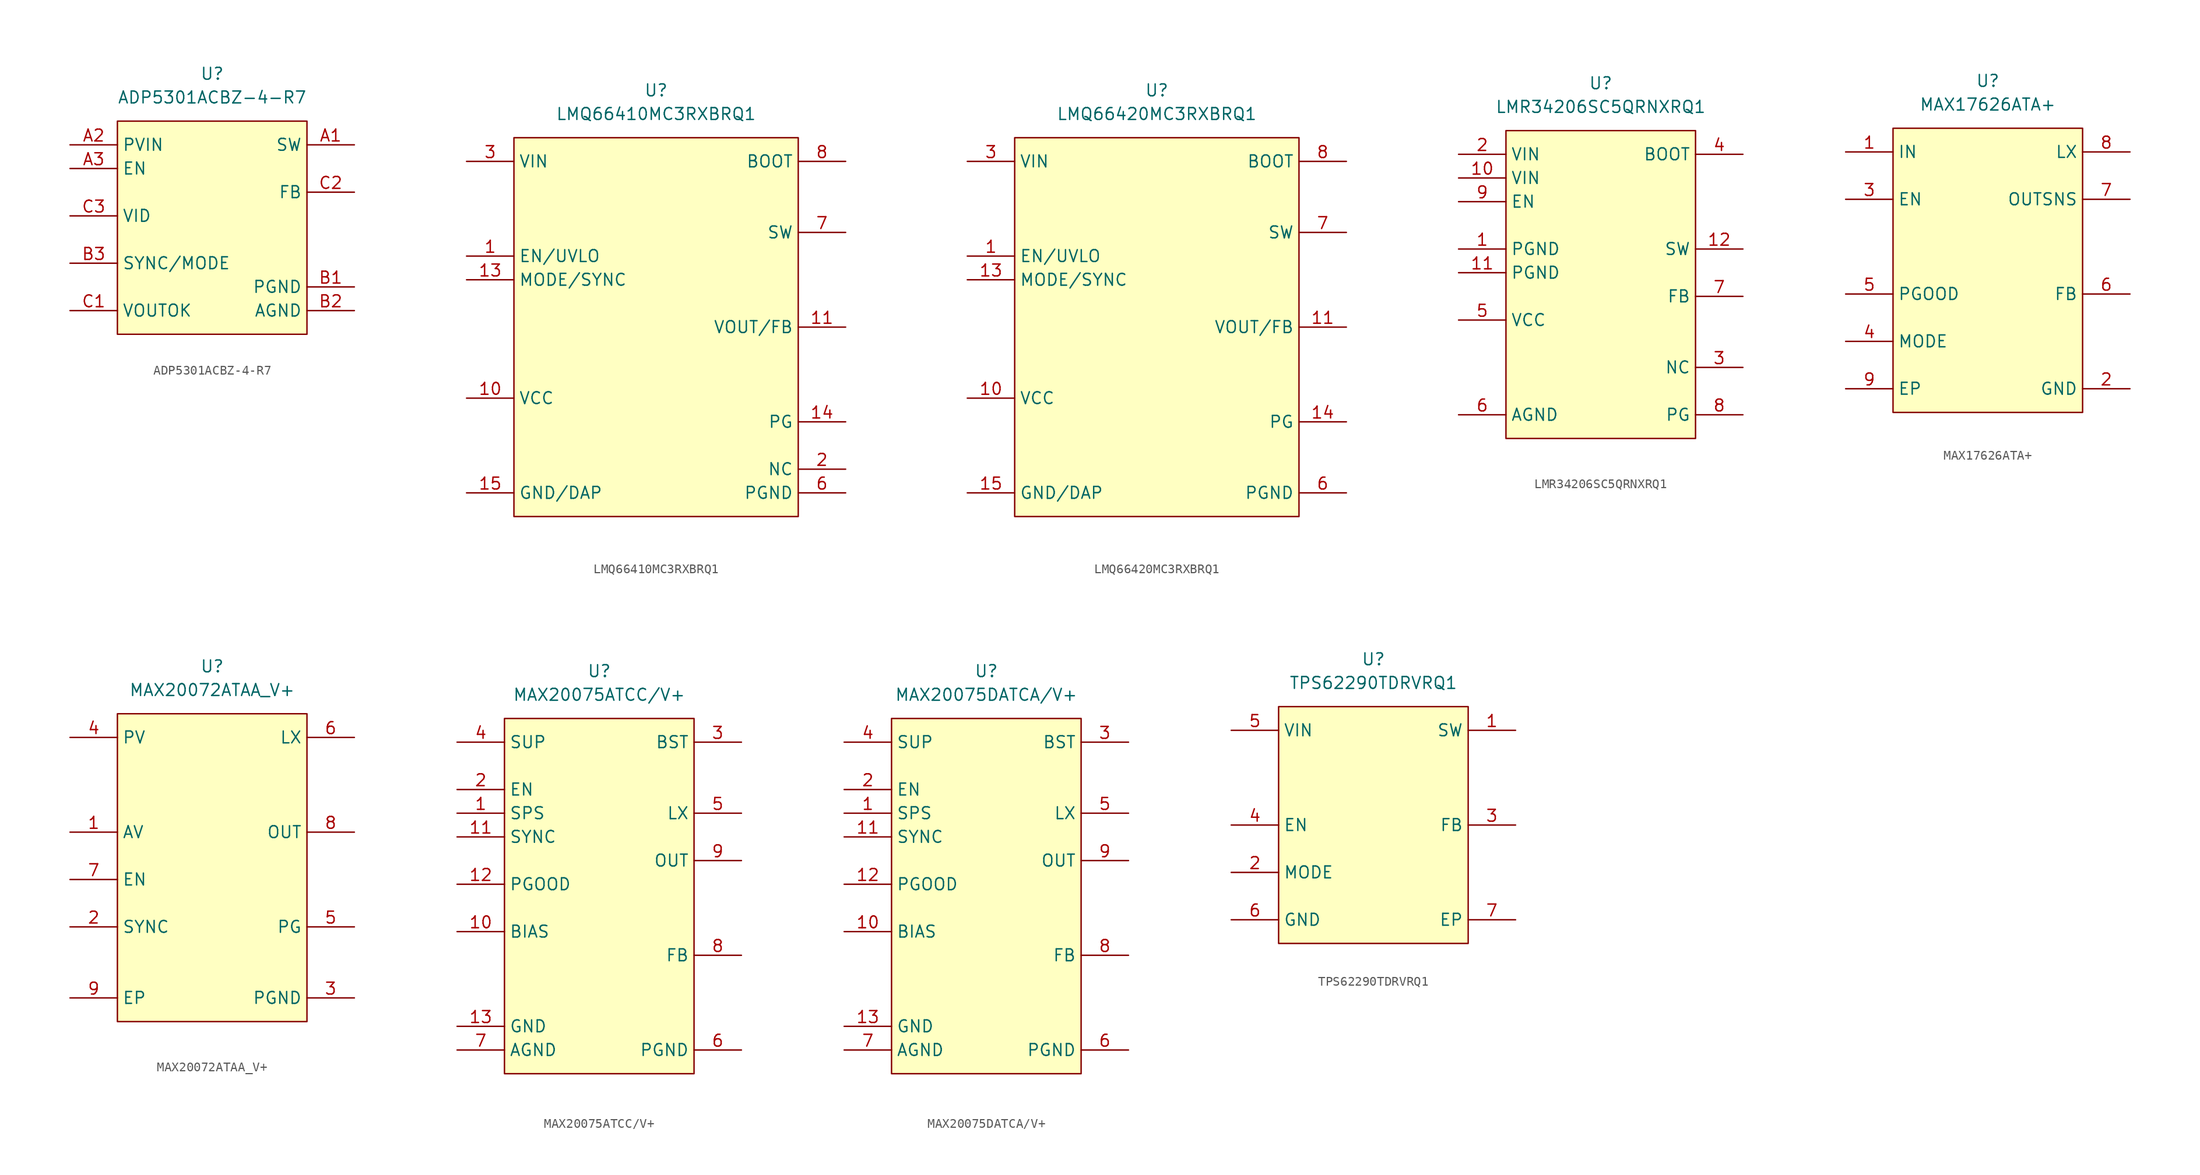
<source format=kicad_sym>
(kicad_symbol_lib
  (version 20241209)
  (generator "kicad_symbol_editor")
  (generator_version "9.0")
  (symbol "ADP5301ACBZ-4-R7"
    (property "Reference" "U"
      (at 0 5.08 0)
      (effects (font (size 1.27 1.27))))
    (property "Value" "ADP5301ACBZ-4-R7"
      (at 0 2.54 0)
      (effects (font (size 1.27 1.27))))
    (symbol "ADP5301ACBZ-4-R7_1_1"
      (rectangle (start -10.16 0) (end 10.16 -22.86) (stroke (width 0) (type default)) (fill (type background)))
      (pin passive line (at -15.24 -2.54 0) (length 5.08) (name "PVIN" (effects (font (size 1.27 1.27)))) (number "A2" (effects (font (size 1.27 1.27)))))
      (pin passive line (at -15.24 -5.08 0) (length 5.08) (name "EN" (effects (font (size 1.27 1.27)))) (number "A3" (effects (font (size 1.27 1.27)))))
      (pin passive line (at -15.24 -10.16 0) (length 5.08) (name "VID" (effects (font (size 1.27 1.27)))) (number "C3" (effects (font (size 1.27 1.27)))))
      (pin passive line (at -15.24 -15.24 0) (length 5.08) (name "SYNC/MODE" (effects (font (size 1.27 1.27)))) (number "B3" (effects (font (size 1.27 1.27)))))
      (pin passive line (at -15.24 -20.32 0) (length 5.08) (name "VOUTOK" (effects (font (size 1.27 1.27)))) (number "C1" (effects (font (size 1.27 1.27)))))
      (pin passive line (at 15.24 -2.54 180) (length 5.08) (name "SW" (effects (font (size 1.27 1.27)))) (number "A1" (effects (font (size 1.27 1.27)))))
      (pin passive line (at 15.24 -7.62 180) (length 5.08) (name "FB" (effects (font (size 1.27 1.27)))) (number "C2" (effects (font (size 1.27 1.27)))))
      (pin passive line (at 15.24 -17.78 180) (length 5.08) (name "PGND" (effects (font (size 1.27 1.27)))) (number "B1" (effects (font (size 1.27 1.27)))))
      (pin passive line (at 15.24 -20.32 180) (length 5.08) (name "AGND" (effects (font (size 1.27 1.27)))) (number "B2" (effects (font (size 1.27 1.27)))))))
  (symbol "LMQ66410MC3RXBRQ1"
    (property "Reference" "U"
      (at 0 5.08 0)
      (effects (font (size 1.27 1.27))))
    (property "Value" "LMQ66410MC3RXBRQ1"
      (at 0 2.54 0)
      (effects (font (size 1.27 1.27))))
    (symbol "LMQ66410MC3RXBRQ1_1_1"
      (rectangle (start -15.24 0) (end 15.24 -40.64) (stroke (width 0) (type solid)) (fill (type background)))
      (pin power_in line (at -20.32 -2.54 0) (length 5.08) (name "VIN" (effects (font (size 1.27 1.27)))) (number "3" (effects (font (size 1.27 1.27)))))
      (pin input line (at -20.32 -12.7 0) (length 5.08) (name "EN/UVLO" (effects (font (size 1.27 1.27)))) (number "1" (effects (font (size 1.27 1.27)))))
      (pin input line (at -20.32 -12.7 0) (length 5.08) (hide yes) (name "EN/UVLO" (effects (font (size 1.27 1.27)))) (number "16" (effects (font (size 1.27 1.27)))))
      (pin input line (at -20.32 -15.24 0) (length 5.08) (name "MODE/SYNC" (effects (font (size 1.27 1.27)))) (number "13" (effects (font (size 1.27 1.27)))))
      (pin passive line (at -20.32 -27.94 0) (length 5.08) (name "VCC" (effects (font (size 1.27 1.27)))) (number "10" (effects (font (size 1.27 1.27)))))
      (pin passive line (at -20.32 -38.1 0) (length 5.08) (name "GND/DAP" (effects (font (size 1.27 1.27)))) (number "15" (effects (font (size 1.27 1.27)))))
      (pin input line (at 20.32 -2.54 180) (length 5.08) (hide yes) (name "BOOT" (effects (font (size 1.27 1.27)))) (number "18" (effects (font (size 1.27 1.27)))))
      (pin input line (at 20.32 -2.54 180) (length 5.08) (name "BOOT" (effects (font (size 1.27 1.27)))) (number "8" (effects (font (size 1.27 1.27)))))
      (pin power_out line (at 20.32 -10.16 180) (length 5.08) (name "SW" (effects (font (size 1.27 1.27)))) (number "7" (effects (font (size 1.27 1.27)))))
      (pin input line (at 20.32 -20.32 180) (length 5.08) (name "VOUT/FB" (effects (font (size 1.27 1.27)))) (number "11" (effects (font (size 1.27 1.27)))))
      (pin output line (at 20.32 -30.48 180) (length 5.08) (name "PG" (effects (font (size 1.27 1.27)))) (number "14" (effects (font (size 1.27 1.27)))))
      (pin passive line (at 20.32 -35.56 180) (length 5.08) (hide yes) (name "NC" (effects (font (size 1.27 1.27)))) (number "12" (effects (font (size 1.27 1.27)))))
      (pin passive line (at 20.32 -35.56 180) (length 5.08) (hide yes) (name "NC" (effects (font (size 1.27 1.27)))) (number "17" (effects (font (size 1.27 1.27)))))
      (pin passive line (at 20.32 -35.56 180) (length 5.08) (hide yes) (name "NC" (effects (font (size 1.27 1.27)))) (number "19" (effects (font (size 1.27 1.27)))))
      (pin passive line (at 20.32 -35.56 180) (length 5.08) (name "NC" (effects (font (size 1.27 1.27)))) (number "2" (effects (font (size 1.27 1.27)))))
      (pin passive line (at 20.32 -35.56 180) (length 5.08) (hide yes) (name "NC" (effects (font (size 1.27 1.27)))) (number "4" (effects (font (size 1.27 1.27)))))
      (pin passive line (at 20.32 -35.56 180) (length 5.08) (hide yes) (name "NC" (effects (font (size 1.27 1.27)))) (number "5" (effects (font (size 1.27 1.27)))))
      (pin passive line (at 20.32 -35.56 180) (length 5.08) (hide yes) (name "NC" (effects (font (size 1.27 1.27)))) (number "9" (effects (font (size 1.27 1.27)))))
      (pin passive line (at 20.32 -38.1 180) (length 5.08) (name "PGND" (effects (font (size 1.27 1.27)))) (number "6" (effects (font (size 1.27 1.27)))))))
  (symbol "LMQ66420MC3RXBRQ1"
    (property "Reference" "U"
      (at 0 5.08 0)
      (effects (font (size 1.27 1.27))))
    (property "Value" "LMQ66420MC3RXBRQ1"
      (at 0 2.54 0)
      (effects (font (size 1.27 1.27))))
    (symbol "LMQ66420MC3RXBRQ1_1_1"
      (rectangle (start -15.24 0) (end 15.24 -40.64) (stroke (width 0) (type solid)) (fill (type background)))
      (pin power_in line (at -20.32 -2.54 0) (length 5.08) (name "VIN" (effects (font (size 1.27 1.27)))) (number "3" (effects (font (size 1.27 1.27)))))
      (pin no_connect line (at -20.32 -5.08 0) (length 5.08) (hide yes) (name "NC" (effects (font (size 1.27 1.27)))) (number "2" (effects (font (size 1.27 1.27)))))
      (pin no_connect line (at -20.32 -7.62 0) (length 5.08) (hide yes) (name "NC" (effects (font (size 1.27 1.27)))) (number "4" (effects (font (size 1.27 1.27)))))
      (pin input line (at -20.32 -12.7 0) (length 5.08) (name "EN/UVLO" (effects (font (size 1.27 1.27)))) (number "1" (effects (font (size 1.27 1.27)))))
      (pin input line (at -20.32 -12.7 0) (length 5.08) (hide yes) (name "EN/UVLO" (effects (font (size 1.27 1.27)))) (number "16" (effects (font (size 1.27 1.27)))))
      (pin input line (at -20.32 -15.24 0) (length 5.08) (name "MODE/SYNC" (effects (font (size 1.27 1.27)))) (number "13" (effects (font (size 1.27 1.27)))))
      (pin no_connect line (at -20.32 -25.4 0) (length 5.08) (hide yes) (name "NC" (effects (font (size 1.27 1.27)))) (number "9" (effects (font (size 1.27 1.27)))))
      (pin passive line (at -20.32 -27.94 0) (length 5.08) (name "VCC" (effects (font (size 1.27 1.27)))) (number "10" (effects (font (size 1.27 1.27)))))
      (pin passive line (at -20.32 -38.1 0) (length 5.08) (name "GND/DAP" (effects (font (size 1.27 1.27)))) (number "15" (effects (font (size 1.27 1.27)))))
      (pin input line (at 20.32 -2.54 180) (length 5.08) (hide yes) (name "BOOT" (effects (font (size 1.27 1.27)))) (number "18" (effects (font (size 1.27 1.27)))))
      (pin input line (at 20.32 -2.54 180) (length 5.08) (name "BOOT" (effects (font (size 1.27 1.27)))) (number "8" (effects (font (size 1.27 1.27)))))
      (pin no_connect line (at 20.32 -5.08 180) (length 5.08) (hide yes) (name "NC" (effects (font (size 1.27 1.27)))) (number "17" (effects (font (size 1.27 1.27)))))
      (pin no_connect line (at 20.32 -7.62 180) (length 5.08) (hide yes) (name "NC" (effects (font (size 1.27 1.27)))) (number "19" (effects (font (size 1.27 1.27)))))
      (pin power_out line (at 20.32 -10.16 180) (length 5.08) (name "SW" (effects (font (size 1.27 1.27)))) (number "7" (effects (font (size 1.27 1.27)))))
      (pin input line (at 20.32 -20.32 180) (length 5.08) (name "VOUT/FB" (effects (font (size 1.27 1.27)))) (number "11" (effects (font (size 1.27 1.27)))))
      (pin no_connect line (at 20.32 -22.86 180) (length 5.08) (hide yes) (name "NC" (effects (font (size 1.27 1.27)))) (number "12" (effects (font (size 1.27 1.27)))))
      (pin output line (at 20.32 -30.48 180) (length 5.08) (name "PG" (effects (font (size 1.27 1.27)))) (number "14" (effects (font (size 1.27 1.27)))))
      (pin no_connect line (at 20.32 -35.56 180) (length 5.08) (hide yes) (name "NC" (effects (font (size 1.27 1.27)))) (number "5" (effects (font (size 1.27 1.27)))))
      (pin passive line (at 20.32 -38.1 180) (length 5.08) (name "PGND" (effects (font (size 1.27 1.27)))) (number "6" (effects (font (size 1.27 1.27)))))))
  (symbol "LMR34206SC5QRNXRQ1"
    (property "Reference" "U"
      (at 0 5.08 0)
      (effects (font (size 1.27 1.27))))
    (property "Value" "LMR34206SC5QRNXRQ1"
      (at 0 2.54 0)
      (effects (font (size 1.27 1.27))))
    (symbol "LMR34206SC5QRNXRQ1_1_0"
      (pin passive line (at -15.24 -2.54 0) (length 5.08) (name "VIN" (effects (font (size 1.27 1.27)))) (number "2" (effects (font (size 1.27 1.27)))))
      (pin passive line (at -15.24 -5.08 0) (length 5.08) (name "VIN" (effects (font (size 1.27 1.27)))) (number "10" (effects (font (size 1.27 1.27)))))
      (pin passive line (at -15.24 -7.62 0) (length 5.08) (name "EN" (effects (font (size 1.27 1.27)))) (number "9" (effects (font (size 1.27 1.27)))))
      (pin passive line (at -15.24 -20.32 0) (length 5.08) (name "VCC" (effects (font (size 1.27 1.27)))) (number "5" (effects (font (size 1.27 1.27)))))
      (pin passive line (at -15.24 -30.48 0) (length 5.08) (name "AGND" (effects (font (size 1.27 1.27)))) (number "6" (effects (font (size 1.27 1.27)))))
      (pin passive line (at 15.24 -2.54 180) (length 5.08) (name "BOOT" (effects (font (size 1.27 1.27)))) (number "4" (effects (font (size 1.27 1.27)))))
      (pin passive line (at 15.24 -12.7 180) (length 5.08) (name "SW" (effects (font (size 1.27 1.27)))) (number "12" (effects (font (size 1.27 1.27)))))
      (pin passive line (at 15.24 -17.78 180) (length 5.08) (name "FB" (effects (font (size 1.27 1.27)))) (number "7" (effects (font (size 1.27 1.27)))))
      (pin passive line (at 15.24 -25.4 180) (length 5.08) (name "NC" (effects (font (size 1.27 1.27)))) (number "3" (effects (font (size 1.27 1.27)))))
      (pin passive line (at 15.24 -30.48 180) (length 5.08) (name "PG" (effects (font (size 1.27 1.27)))) (number "8" (effects (font (size 1.27 1.27))))))
    (symbol "LMR34206SC5QRNXRQ1_1_1"
      (rectangle (start -10.16 0) (end 10.16 -33.02) (stroke (width 0) (type default)) (fill (type background)))
      (pin passive line (at -15.24 -12.7 0) (length 5.08) (name "PGND" (effects (font (size 1.27 1.27)))) (number "1" (effects (font (size 1.27 1.27)))))
      (pin passive line (at -15.24 -15.24 0) (length 5.08) (name "PGND" (effects (font (size 1.27 1.27)))) (number "11" (effects (font (size 1.27 1.27)))))))
  (symbol "MAX17626ATA+"
    (property "Reference" "U"
      (at 0 5.08 0)
      (effects (font (size 1.27 1.27))))
    (property "Value" "MAX17626ATA+"
      (at 0 2.54 0)
      (effects (font (size 1.27 1.27))))
    (symbol "MAX17626ATA+_1_1"
      (rectangle (start -10.16 0) (end 10.16 -30.48) (stroke (width 0) (type solid)) (fill (type background)))
      (pin passive line (at -15.24 -2.54 0) (length 5.08) (name "IN" (effects (font (size 1.27 1.27)))) (number "1" (effects (font (size 1.27 1.27)))))
      (pin passive line (at -15.24 -7.62 0) (length 5.08) (name "EN" (effects (font (size 1.27 1.27)))) (number "3" (effects (font (size 1.27 1.27)))))
      (pin passive line (at -15.24 -17.78 0) (length 5.08) (name "PGOOD" (effects (font (size 1.27 1.27)))) (number "5" (effects (font (size 1.27 1.27)))))
      (pin passive line (at -15.24 -22.86 0) (length 5.08) (name "MODE" (effects (font (size 1.27 1.27)))) (number "4" (effects (font (size 1.27 1.27)))))
      (pin passive line (at -15.24 -27.94 0) (length 5.08) (name "EP" (effects (font (size 1.27 1.27)))) (number "9" (effects (font (size 1.27 1.27)))))
      (pin passive line (at 15.24 -2.54 180) (length 5.08) (name "LX" (effects (font (size 1.27 1.27)))) (number "8" (effects (font (size 1.27 1.27)))))
      (pin passive line (at 15.24 -7.62 180) (length 5.08) (name "OUTSNS" (effects (font (size 1.27 1.27)))) (number "7" (effects (font (size 1.27 1.27)))))
      (pin passive line (at 15.24 -17.78 180) (length 5.08) (name "FB" (effects (font (size 1.27 1.27)))) (number "6" (effects (font (size 1.27 1.27)))))
      (pin passive line (at 15.24 -27.94 180) (length 5.08) (name "GND" (effects (font (size 1.27 1.27)))) (number "2" (effects (font (size 1.27 1.27)))))))
  (symbol "MAX20072ATAA_V+"
    (property "Reference" "U"
      (at 0 5.08 0)
      (effects (font (size 1.27 1.27))))
    (property "Value" "MAX20072ATAA_V+"
      (at 0 2.54 0)
      (effects (font (size 1.27 1.27))))
    (symbol "MAX20072ATAA_V+_1_1"
      (rectangle (start -10.16 0) (end 10.16 -33.02) (stroke (width 0) (type solid)) (fill (type background)))
      (pin power_in line (at -15.24 -2.54 0) (length 5.08) (name "PV" (effects (font (size 1.27 1.27)))) (number "4" (effects (font (size 1.27 1.27)))))
      (pin power_in line (at -15.24 -12.7 0) (length 5.08) (name "AV" (effects (font (size 1.27 1.27)))) (number "1" (effects (font (size 1.27 1.27)))))
      (pin input line (at -15.24 -17.78 0) (length 5.08) (name "EN" (effects (font (size 1.27 1.27)))) (number "7" (effects (font (size 1.27 1.27)))))
      (pin input line (at -15.24 -22.86 0) (length 5.08) (name "SYNC" (effects (font (size 1.27 1.27)))) (number "2" (effects (font (size 1.27 1.27)))))
      (pin power_in line (at -15.24 -30.48 0) (length 5.08) (name "EP" (effects (font (size 1.27 1.27)))) (number "9" (effects (font (size 1.27 1.27)))))
      (pin power_out line (at 15.24 -2.54 180) (length 5.08) (name "LX" (effects (font (size 1.27 1.27)))) (number "6" (effects (font (size 1.27 1.27)))))
      (pin input line (at 15.24 -12.7 180) (length 5.08) (name "OUT" (effects (font (size 1.27 1.27)))) (number "8" (effects (font (size 1.27 1.27)))))
      (pin output line (at 15.24 -22.86 180) (length 5.08) (name "PG" (effects (font (size 1.27 1.27)))) (number "5" (effects (font (size 1.27 1.27)))))
      (pin power_in line (at 15.24 -30.48 180) (length 5.08) (name "PGND" (effects (font (size 1.27 1.27)))) (number "3" (effects (font (size 1.27 1.27)))))))
  (symbol "MAX20075ATCC/V+"
    (property "Reference" "U"
      (at 0 5.08 0)
      (effects (font (size 1.27 1.27))))
    (property "Value" "MAX20075ATCC/V+"
      (at 0 2.54 0)
      (effects (font (size 1.27 1.27))))
    (symbol "MAX20075ATCC/V+_1_1"
      (rectangle (start -10.16 0) (end 10.16 -38.1) (stroke (width 0) (type solid)) (fill (type background)))
      (pin power_in line (at -15.24 -2.54 0) (length 5.08) (name "SUP" (effects (font (size 1.27 1.27)))) (number "4" (effects (font (size 1.27 1.27)))))
      (pin input line (at -15.24 -7.62 0) (length 5.08) (name "EN" (effects (font (size 1.27 1.27)))) (number "2" (effects (font (size 1.27 1.27)))))
      (pin input line (at -15.24 -10.16 0) (length 5.08) (name "SPS" (effects (font (size 1.27 1.27)))) (number "1" (effects (font (size 1.27 1.27)))))
      (pin input line (at -15.24 -12.7 0) (length 5.08) (name "SYNC" (effects (font (size 1.27 1.27)))) (number "11" (effects (font (size 1.27 1.27)))))
      (pin output line (at -15.24 -17.78 0) (length 5.08) (name "PGOOD" (effects (font (size 1.27 1.27)))) (number "12" (effects (font (size 1.27 1.27)))))
      (pin passive line (at -15.24 -22.86 0) (length 5.08) (name "BIAS" (effects (font (size 1.27 1.27)))) (number "10" (effects (font (size 1.27 1.27)))))
      (pin power_in line (at -15.24 -33.02 0) (length 5.08) (name "GND" (effects (font (size 1.27 1.27)))) (number "13" (effects (font (size 1.27 1.27)))))
      (pin power_in line (at -15.24 -35.56 0) (length 5.08) (name "AGND" (effects (font (size 1.27 1.27)))) (number "7" (effects (font (size 1.27 1.27)))))
      (pin input line (at 15.24 -2.54 180) (length 5.08) (name "BST" (effects (font (size 1.27 1.27)))) (number "3" (effects (font (size 1.27 1.27)))))
      (pin power_out line (at 15.24 -10.16 180) (length 5.08) (name "LX" (effects (font (size 1.27 1.27)))) (number "5" (effects (font (size 1.27 1.27)))))
      (pin input line (at 15.24 -15.24 180) (length 5.08) (name "OUT" (effects (font (size 1.27 1.27)))) (number "9" (effects (font (size 1.27 1.27)))))
      (pin input line (at 15.24 -25.4 180) (length 5.08) (name "FB" (effects (font (size 1.27 1.27)))) (number "8" (effects (font (size 1.27 1.27)))))
      (pin power_in line (at 15.24 -35.56 180) (length 5.08) (name "PGND" (effects (font (size 1.27 1.27)))) (number "6" (effects (font (size 1.27 1.27)))))))
  (symbol "MAX20075DATCA/V+"
    (property "Reference" "U"
      (at 0 5.08 0)
      (effects (font (size 1.27 1.27))))
    (property "Value" "MAX20075DATCA/V+"
      (at 0 2.54 0)
      (effects (font (size 1.27 1.27))))
    (symbol "MAX20075DATCA/V+_1_1"
      (rectangle (start -10.16 0) (end 10.16 -38.1) (stroke (width 0) (type solid)) (fill (type background)))
      (pin power_in line (at -15.24 -2.54 0) (length 5.08) (name "SUP" (effects (font (size 1.27 1.27)))) (number "4" (effects (font (size 1.27 1.27)))))
      (pin input line (at -15.24 -7.62 0) (length 5.08) (name "EN" (effects (font (size 1.27 1.27)))) (number "2" (effects (font (size 1.27 1.27)))))
      (pin input line (at -15.24 -10.16 0) (length 5.08) (name "SPS" (effects (font (size 1.27 1.27)))) (number "1" (effects (font (size 1.27 1.27)))))
      (pin input line (at -15.24 -12.7 0) (length 5.08) (name "SYNC" (effects (font (size 1.27 1.27)))) (number "11" (effects (font (size 1.27 1.27)))))
      (pin output line (at -15.24 -17.78 0) (length 5.08) (name "PGOOD" (effects (font (size 1.27 1.27)))) (number "12" (effects (font (size 1.27 1.27)))))
      (pin passive line (at -15.24 -22.86 0) (length 5.08) (name "BIAS" (effects (font (size 1.27 1.27)))) (number "10" (effects (font (size 1.27 1.27)))))
      (pin power_in line (at -15.24 -33.02 0) (length 5.08) (name "GND" (effects (font (size 1.27 1.27)))) (number "13" (effects (font (size 1.27 1.27)))))
      (pin power_in line (at -15.24 -35.56 0) (length 5.08) (name "AGND" (effects (font (size 1.27 1.27)))) (number "7" (effects (font (size 1.27 1.27)))))
      (pin input line (at 15.24 -2.54 180) (length 5.08) (name "BST" (effects (font (size 1.27 1.27)))) (number "3" (effects (font (size 1.27 1.27)))))
      (pin power_out line (at 15.24 -10.16 180) (length 5.08) (name "LX" (effects (font (size 1.27 1.27)))) (number "5" (effects (font (size 1.27 1.27)))))
      (pin input line (at 15.24 -15.24 180) (length 5.08) (name "OUT" (effects (font (size 1.27 1.27)))) (number "9" (effects (font (size 1.27 1.27)))))
      (pin input line (at 15.24 -25.4 180) (length 5.08) (name "FB" (effects (font (size 1.27 1.27)))) (number "8" (effects (font (size 1.27 1.27)))))
      (pin power_in line (at 15.24 -35.56 180) (length 5.08) (name "PGND" (effects (font (size 1.27 1.27)))) (number "6" (effects (font (size 1.27 1.27)))))))
  (symbol "TPS62290TDRVRQ1"
    (property "Reference" "U"
      (at 0 5.08 0)
      (effects (font (size 1.27 1.27))))
    (property "Value" "TPS62290TDRVRQ1"
      (at 0 2.54 0)
      (effects (font (size 1.27 1.27))))
    (symbol "TPS62290TDRVRQ1_1_1"
      (rectangle (start -10.16 0) (end 10.16 -25.4) (stroke (width 0) (type solid)) (fill (type background)))
      (pin power_in line (at -15.24 -2.54 0) (length 5.08) (name "VIN" (effects (font (size 1.27 1.27)))) (number "5" (effects (font (size 1.27 1.27)))))
      (pin input line (at -15.24 -12.7 0) (length 5.08) (name "EN" (effects (font (size 1.27 1.27)))) (number "4" (effects (font (size 1.27 1.27)))))
      (pin input line (at -15.24 -17.78 0) (length 5.08) (name "MODE" (effects (font (size 1.27 1.27)))) (number "2" (effects (font (size 1.27 1.27)))))
      (pin power_in line (at -15.24 -22.86 0) (length 5.08) (name "GND" (effects (font (size 1.27 1.27)))) (number "6" (effects (font (size 1.27 1.27)))))
      (pin power_out line (at 15.24 -2.54 180) (length 5.08) (name "SW" (effects (font (size 1.27 1.27)))) (number "1" (effects (font (size 1.27 1.27)))))
      (pin input line (at 15.24 -12.7 180) (length 5.08) (name "FB" (effects (font (size 1.27 1.27)))) (number "3" (effects (font (size 1.27 1.27)))))
      (pin power_in line (at 15.24 -22.86 180) (length 5.08) (name "EP" (effects (font (size 1.27 1.27)))) (number "7" (effects (font (size 1.27 1.27))))))))
</source>
